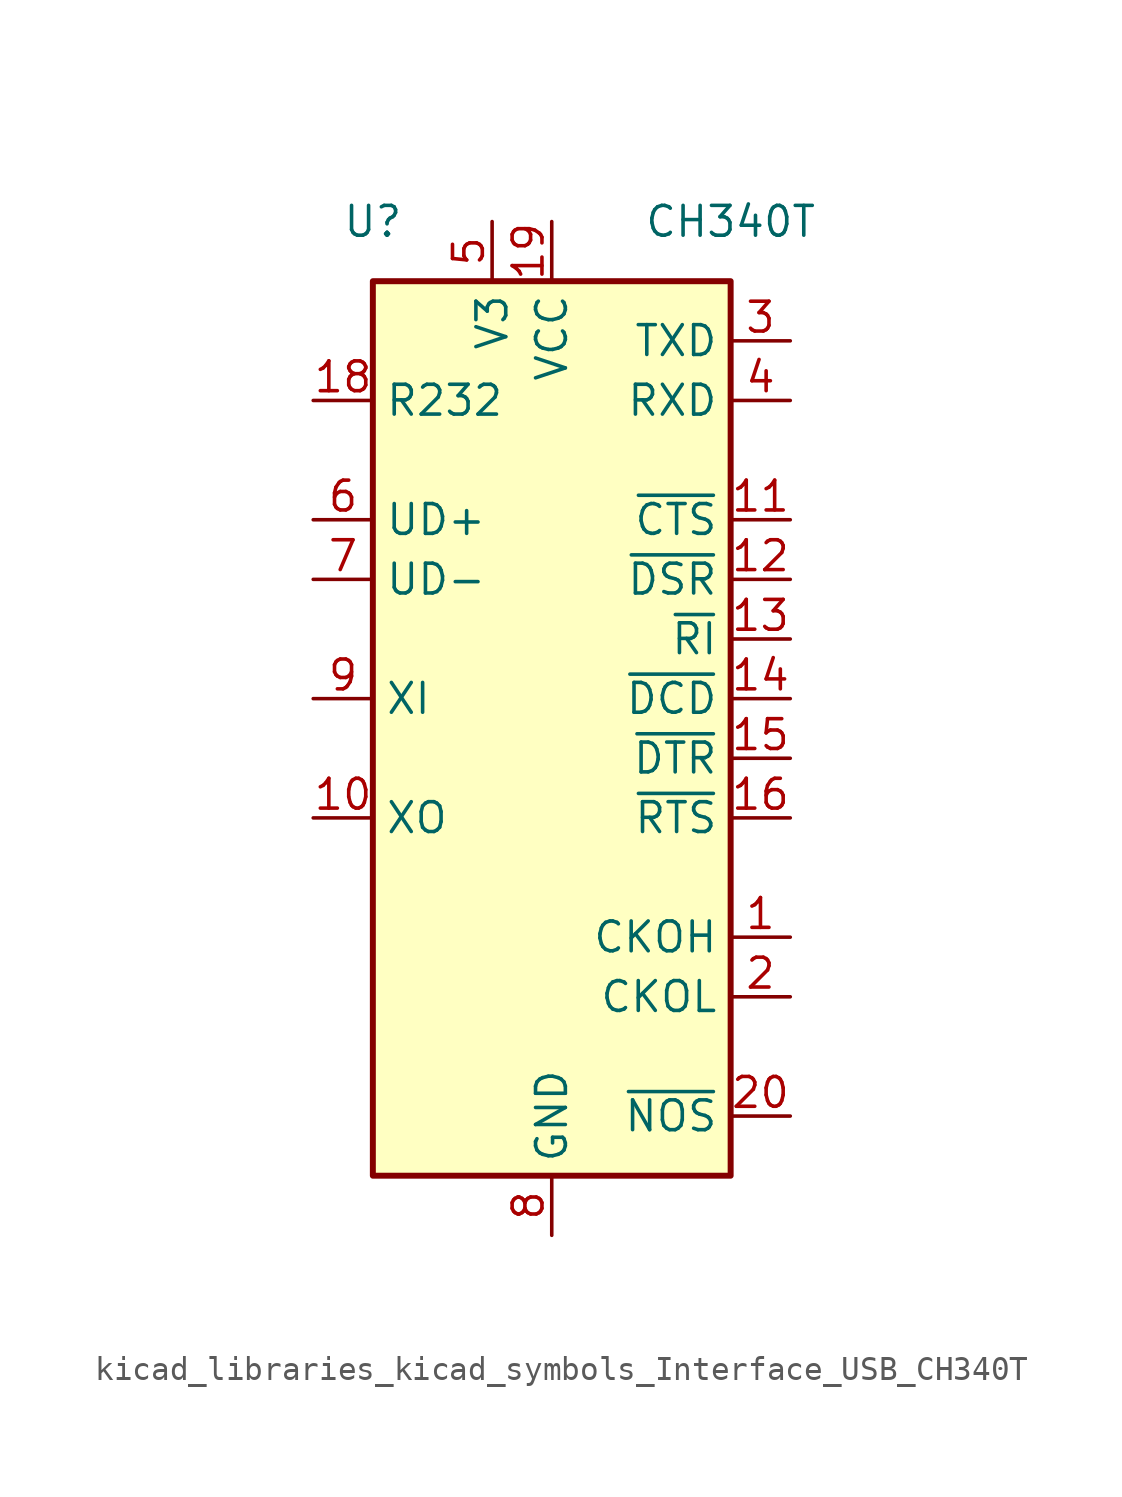
<source format=kicad_sym>
(kicad_symbol_lib
  (version 20220914)
  (generator kicad_symbol_editor)
  (symbol "kicad_libraries_kicad_symbols_Interface_USB_CH340T"
    (property "Reference" "U"
      (at -7.62 22.86 0)
      (effects (font (size 1.27 1.27))))
    (property "Value" "CH340T"
      (at 7.62 22.86 0)
      (effects (font (size 1.27 1.27))))
    (symbol "kicad_libraries_kicad_symbols_Interface_USB_CH340T_1_1"
      (rectangle (start -7.62 20.32) (end 7.62 -17.78) (stroke (width 0.254) (type default)) (fill (type background)))
      (pin output line (at 10.16 -7.62 180) (length 2.54) (name "CKOH" (effects (font (size 1.27 1.27)))) (number "1" (effects (font (size 1.27 1.27)))))
      (pin output line (at -10.16 -2.54 0) (length 2.54) (name "XO" (effects (font (size 1.27 1.27)))) (number "10" (effects (font (size 1.27 1.27)))))
      (pin input line (at 10.16 10.16 180) (length 2.54) (name "~{CTS}" (effects (font (size 1.27 1.27)))) (number "11" (effects (font (size 1.27 1.27)))))
      (pin input line (at 10.16 7.62 180) (length 2.54) (name "~{DSR}" (effects (font (size 1.27 1.27)))) (number "12" (effects (font (size 1.27 1.27)))))
      (pin input line (at 10.16 5.08 180) (length 2.54) (name "~{RI}" (effects (font (size 1.27 1.27)))) (number "13" (effects (font (size 1.27 1.27)))))
      (pin input line (at 10.16 2.54 180) (length 2.54) (name "~{DCD}" (effects (font (size 1.27 1.27)))) (number "14" (effects (font (size 1.27 1.27)))))
      (pin output line (at 10.16 0 180) (length 2.54) (name "~{DTR}" (effects (font (size 1.27 1.27)))) (number "15" (effects (font (size 1.27 1.27)))))
      (pin output line (at 10.16 -2.54 180) (length 2.54) (name "~{RTS}" (effects (font (size 1.27 1.27)))) (number "16" (effects (font (size 1.27 1.27)))))
      (pin no_connect line (at -7.62 -7.62 0) (length 2.54) hide (name "NC" (effects (font (size 1.27 1.27)))) (number "17" (effects (font (size 1.27 1.27)))))
      (pin input line (at -10.16 15.24 0) (length 2.54) (name "R232" (effects (font (size 1.27 1.27)))) (number "18" (effects (font (size 1.27 1.27)))))
      (pin power_in line (at 0 22.86 270) (length 2.54) (name "VCC" (effects (font (size 1.27 1.27)))) (number "19" (effects (font (size 1.27 1.27)))))
      (pin output line (at 10.16 -10.16 180) (length 2.54) (name "CKOL" (effects (font (size 1.27 1.27)))) (number "2" (effects (font (size 1.27 1.27)))))
      (pin input line (at 10.16 -15.24 180) (length 2.54) (name "~{NOS}" (effects (font (size 1.27 1.27)))) (number "20" (effects (font (size 1.27 1.27)))))
      (pin output line (at 10.16 17.78 180) (length 2.54) (name "TXD" (effects (font (size 1.27 1.27)))) (number "3" (effects (font (size 1.27 1.27)))))
      (pin input line (at 10.16 15.24 180) (length 2.54) (name "RXD" (effects (font (size 1.27 1.27)))) (number "4" (effects (font (size 1.27 1.27)))))
      (pin passive line (at -2.54 22.86 270) (length 2.54) (name "V3" (effects (font (size 1.27 1.27)))) (number "5" (effects (font (size 1.27 1.27)))))
      (pin bidirectional line (at -10.16 10.16 0) (length 2.54) (name "UD+" (effects (font (size 1.27 1.27)))) (number "6" (effects (font (size 1.27 1.27)))))
      (pin bidirectional line (at -10.16 7.62 0) (length 2.54) (name "UD-" (effects (font (size 1.27 1.27)))) (number "7" (effects (font (size 1.27 1.27)))))
      (pin power_in line (at 0 -20.32 90) (length 2.54) (name "GND" (effects (font (size 1.27 1.27)))) (number "8" (effects (font (size 1.27 1.27)))))
      (pin input line (at -10.16 2.54 0) (length 2.54) (name "XI" (effects (font (size 1.27 1.27)))) (number "9" (effects (font (size 1.27 1.27))))))))
</source>
